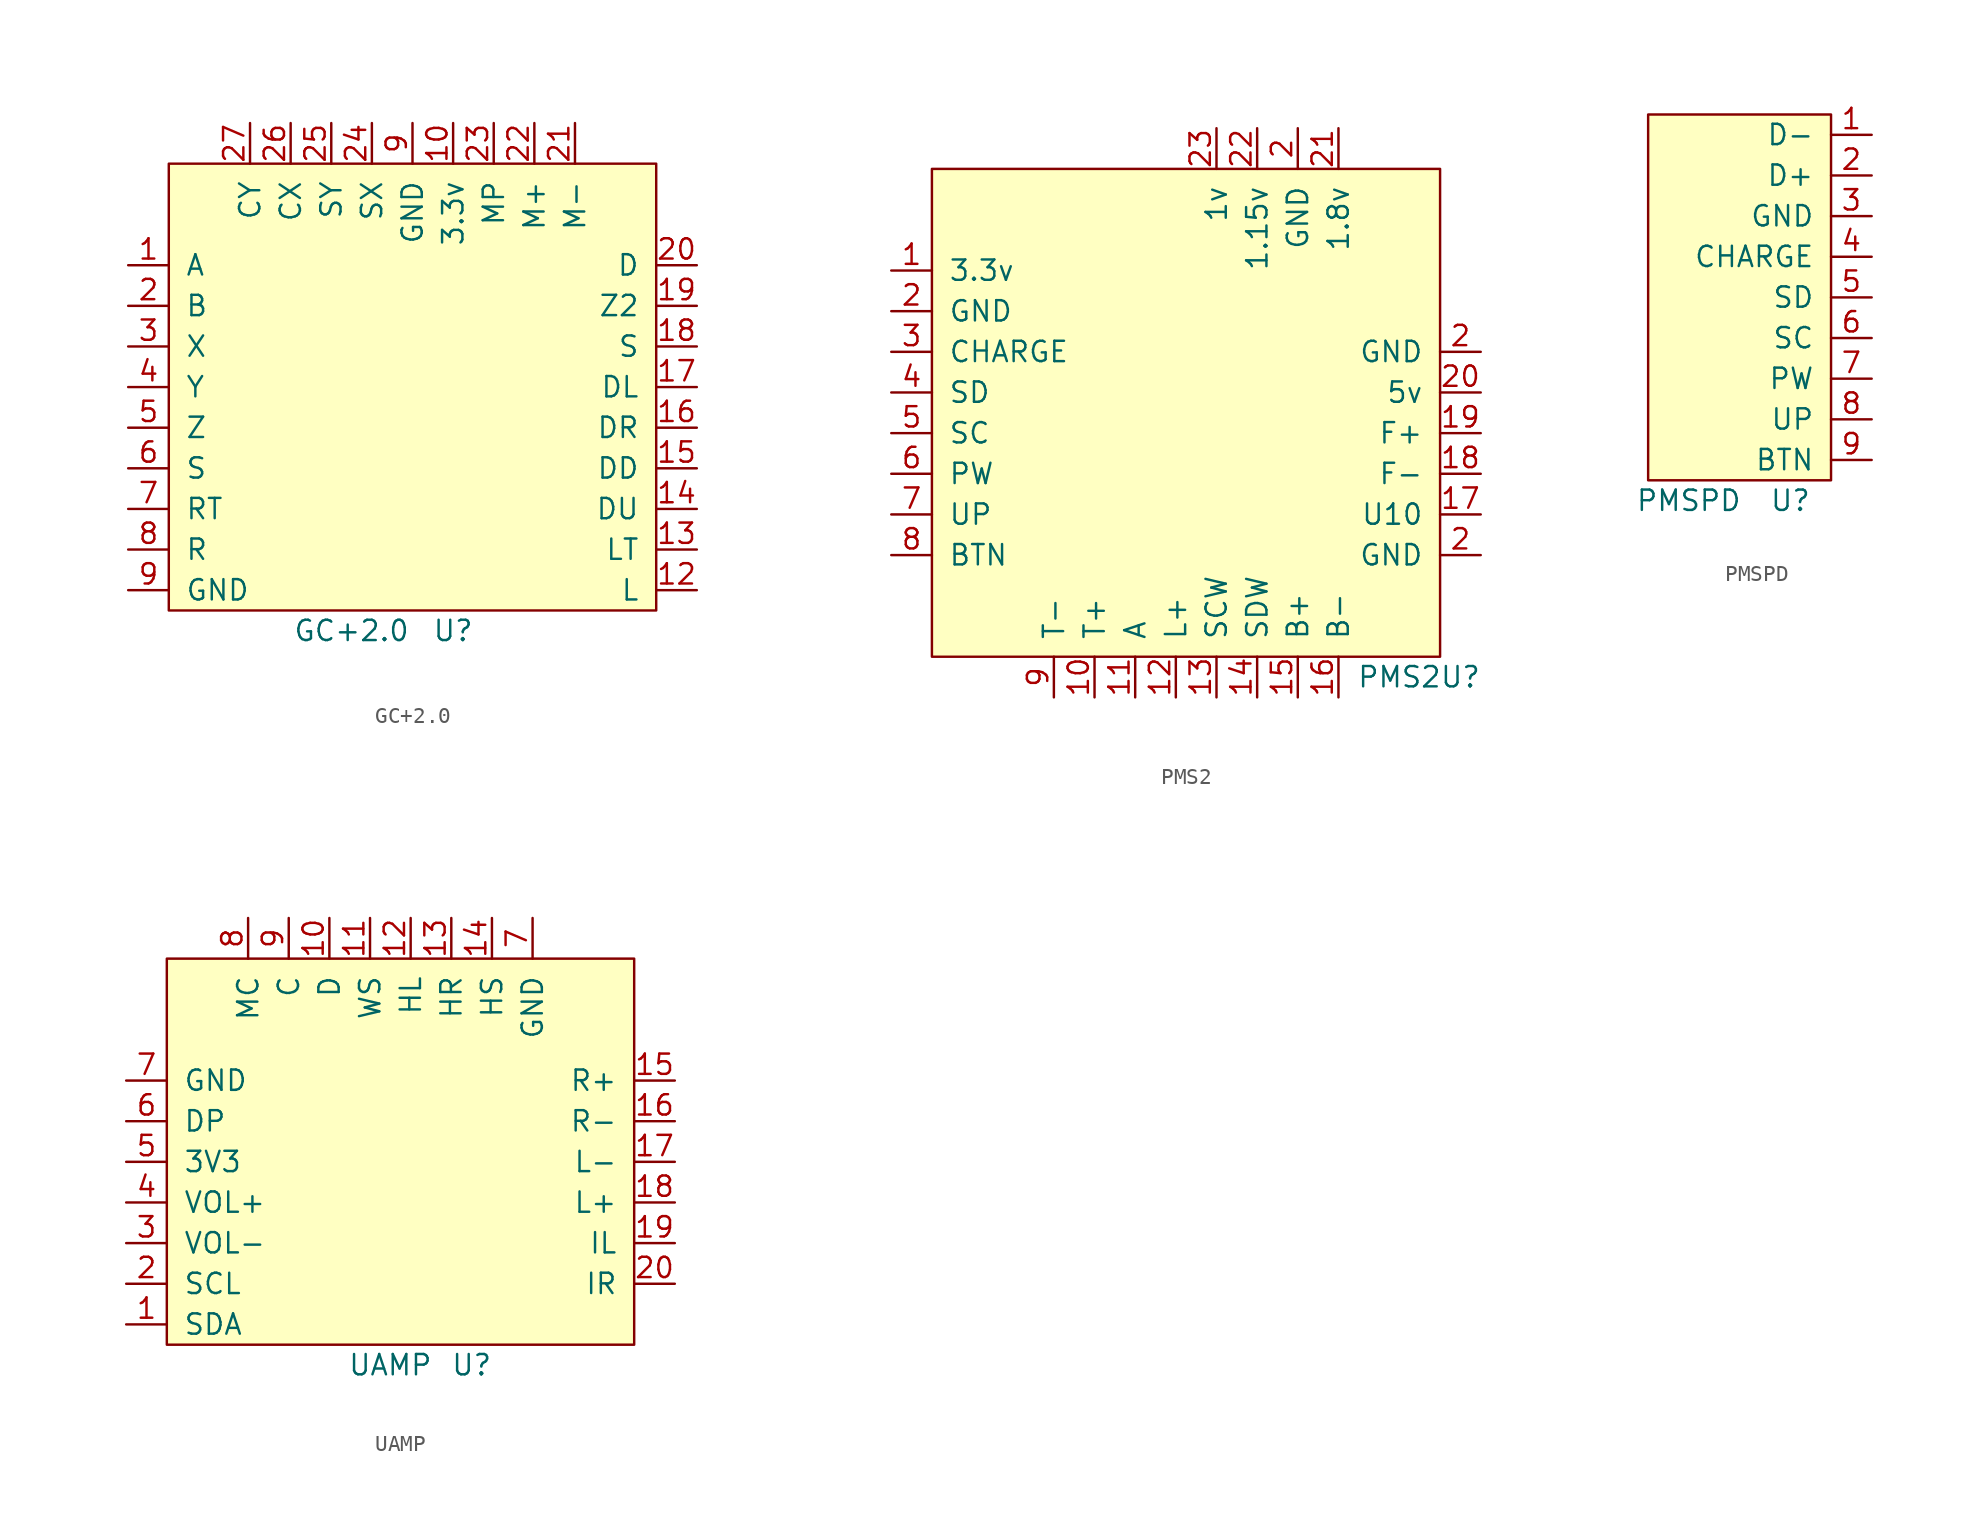
<source format=kicad_sym>
(kicad_symbol_lib
  (version 20231120)
  (generator "kicad_symbol_editor")
  (generator_version "8.0")
  (symbol "GC+2.0"
    (pin_names
      (offset 1.016))
    (property "Reference" "U"
      (at 13.97 -27.94 0)
      (effects (font (size 1.27 1.27))))
    (property "Value" "GC+2.0"
      (at 7.62 -27.94 0)
      (effects (font (size 1.27 1.27))))
    (symbol "GC+2.0_1_0"
      (rectangle (start -3.81 1.27) (end 26.67 -26.67) (stroke (width 0) (type solid)) (fill (type background))))
    (symbol "GC+2.0_1_1"
      (pin input line (at -6.35 -5.08 0) (length 2.54) (name "A" (effects (font (size 1.27 1.27)))) (number "1" (effects (font (size 1.27 1.27)))))
      (pin input line (at 13.97 3.81 270) (length 2.54) (name "3.3v" (effects (font (size 1.27 1.27)))) (number "10" (effects (font (size 1.27 1.27)))))
      (pin input line (at 29.21 -25.4 180) (length 2.54) (name "L" (effects (font (size 1.27 1.27)))) (number "12" (effects (font (size 1.27 1.27)))))
      (pin input line (at 29.21 -22.86 180) (length 2.54) (name "LT" (effects (font (size 1.27 1.27)))) (number "13" (effects (font (size 1.27 1.27)))))
      (pin input line (at 29.21 -20.32 180) (length 2.54) (name "DU" (effects (font (size 1.27 1.27)))) (number "14" (effects (font (size 1.27 1.27)))))
      (pin input line (at 29.21 -17.78 180) (length 2.54) (name "DD" (effects (font (size 1.27 1.27)))) (number "15" (effects (font (size 1.27 1.27)))))
      (pin input line (at 29.21 -15.24 180) (length 2.54) (name "DR" (effects (font (size 1.27 1.27)))) (number "16" (effects (font (size 1.27 1.27)))))
      (pin input line (at 29.21 -12.7 180) (length 2.54) (name "DL" (effects (font (size 1.27 1.27)))) (number "17" (effects (font (size 1.27 1.27)))))
      (pin input line (at 29.21 -10.16 180) (length 2.54) (name "S" (effects (font (size 1.27 1.27)))) (number "18" (effects (font (size 1.27 1.27)))))
      (pin input line (at 29.21 -7.62 180) (length 2.54) (name "Z2" (effects (font (size 1.27 1.27)))) (number "19" (effects (font (size 1.27 1.27)))))
      (pin input line (at -6.35 -7.62 0) (length 2.54) (name "B" (effects (font (size 1.27 1.27)))) (number "2" (effects (font (size 1.27 1.27)))))
      (pin input line (at 29.21 -5.08 180) (length 2.54) (name "D" (effects (font (size 1.27 1.27)))) (number "20" (effects (font (size 1.27 1.27)))))
      (pin input line (at 21.59 3.81 270) (length 2.54) (name "M-" (effects (font (size 1.27 1.27)))) (number "21" (effects (font (size 1.27 1.27)))))
      (pin input line (at 19.05 3.81 270) (length 2.54) (name "M+" (effects (font (size 1.27 1.27)))) (number "22" (effects (font (size 1.27 1.27)))))
      (pin input line (at 16.51 3.81 270) (length 2.54) (name "MP" (effects (font (size 1.27 1.27)))) (number "23" (effects (font (size 1.27 1.27)))))
      (pin input line (at 8.89 3.81 270) (length 2.54) (name "SX" (effects (font (size 1.27 1.27)))) (number "24" (effects (font (size 1.27 1.27)))))
      (pin input line (at 6.35 3.81 270) (length 2.54) (name "SY" (effects (font (size 1.27 1.27)))) (number "25" (effects (font (size 1.27 1.27)))))
      (pin input line (at 3.81 3.81 270) (length 2.54) (name "CX" (effects (font (size 1.27 1.27)))) (number "26" (effects (font (size 1.27 1.27)))))
      (pin input line (at 1.27 3.81 270) (length 2.54) (name "CY" (effects (font (size 1.27 1.27)))) (number "27" (effects (font (size 1.27 1.27)))))
      (pin input line (at -6.35 -10.16 0) (length 2.54) (name "X" (effects (font (size 1.27 1.27)))) (number "3" (effects (font (size 1.27 1.27)))))
      (pin input line (at -6.35 -12.7 0) (length 2.54) (name "Y" (effects (font (size 1.27 1.27)))) (number "4" (effects (font (size 1.27 1.27)))))
      (pin input line (at -6.35 -15.24 0) (length 2.54) (name "Z" (effects (font (size 1.27 1.27)))) (number "5" (effects (font (size 1.27 1.27)))))
      (pin input line (at -6.35 -17.78 0) (length 2.54) (name "S" (effects (font (size 1.27 1.27)))) (number "6" (effects (font (size 1.27 1.27)))))
      (pin input line (at -6.35 -20.32 0) (length 2.54) (name "RT" (effects (font (size 1.27 1.27)))) (number "7" (effects (font (size 1.27 1.27)))))
      (pin input line (at -6.35 -22.86 0) (length 2.54) (name "R" (effects (font (size 1.27 1.27)))) (number "8" (effects (font (size 1.27 1.27)))))
      (pin input line (at -6.35 -25.4 0) (length 2.54) (name "GND" (effects (font (size 1.27 1.27)))) (number "9" (effects (font (size 1.27 1.27)))))
      (pin input line (at 11.43 3.81 270) (length 2.54) (name "GND" (effects (font (size 1.27 1.27)))) (number "9" (effects (font (size 1.27 1.27)))))))
  (symbol "PMS2"
    (pin_names
      (offset 1.016))
    (property "Reference" "U"
      (at 29.21 -30.48 0)
      (effects (font (size 1.27 1.27))))
    (property "Value" "PMS2"
      (at 25.4 -30.48 0)
      (effects (font (size 1.27 1.27))))
    (symbol "PMS2_1_1"
      (rectangle (start -3.81 1.27) (end 27.94 -29.21) (stroke (width 0) (type solid)) (fill (type background)))
      (pin input line (at -6.35 -5.08 0) (length 2.54) (name "3.3v" (effects (font (size 1.27 1.27)))) (number "1" (effects (font (size 1.27 1.27)))))
      (pin input line (at 6.35 -31.75 90) (length 2.54) (name "T+" (effects (font (size 1.27 1.27)))) (number "10" (effects (font (size 1.27 1.27)))))
      (pin input line (at 8.89 -31.75 90) (length 2.54) (name "A" (effects (font (size 1.27 1.27)))) (number "11" (effects (font (size 1.27 1.27)))))
      (pin input line (at 11.43 -31.75 90) (length 2.54) (name "L+" (effects (font (size 1.27 1.27)))) (number "12" (effects (font (size 1.27 1.27)))))
      (pin input line (at 13.97 -31.75 90) (length 2.54) (name "SCW" (effects (font (size 1.27 1.27)))) (number "13" (effects (font (size 1.27 1.27)))))
      (pin input line (at 16.51 -31.75 90) (length 2.54) (name "SDW" (effects (font (size 1.27 1.27)))) (number "14" (effects (font (size 1.27 1.27)))))
      (pin input line (at 19.05 -31.75 90) (length 2.54) (name "B+" (effects (font (size 1.27 1.27)))) (number "15" (effects (font (size 1.27 1.27)))))
      (pin input line (at 21.59 -31.75 90) (length 2.54) (name "B-" (effects (font (size 1.27 1.27)))) (number "16" (effects (font (size 1.27 1.27)))))
      (pin input line (at 30.48 -20.32 180) (length 2.54) (name "U10" (effects (font (size 1.27 1.27)))) (number "17" (effects (font (size 1.27 1.27)))))
      (pin input line (at 30.48 -17.78 180) (length 2.54) (name "F-" (effects (font (size 1.27 1.27)))) (number "18" (effects (font (size 1.27 1.27)))))
      (pin input line (at 30.48 -15.24 180) (length 2.54) (name "F+" (effects (font (size 1.27 1.27)))) (number "19" (effects (font (size 1.27 1.27)))))
      (pin input line (at -6.35 -7.62 0) (length 2.54) (name "GND" (effects (font (size 1.27 1.27)))) (number "2" (effects (font (size 1.27 1.27)))))
      (pin input line (at 19.05 3.81 270) (length 2.54) (name "GND" (effects (font (size 1.27 1.27)))) (number "2" (effects (font (size 1.27 1.27)))))
      (pin input line (at 30.48 -22.86 180) (length 2.54) (name "GND" (effects (font (size 1.27 1.27)))) (number "2" (effects (font (size 1.27 1.27)))))
      (pin input line (at 30.48 -10.16 180) (length 2.54) (name "GND" (effects (font (size 1.27 1.27)))) (number "2" (effects (font (size 1.27 1.27)))))
      (pin input line (at 30.48 -12.7 180) (length 2.54) (name "5v" (effects (font (size 1.27 1.27)))) (number "20" (effects (font (size 1.27 1.27)))))
      (pin input line (at 21.59 3.81 270) (length 2.54) (name "1.8v" (effects (font (size 1.27 1.27)))) (number "21" (effects (font (size 1.27 1.27)))))
      (pin input line (at 16.51 3.81 270) (length 2.54) (name "1.15v" (effects (font (size 1.27 1.27)))) (number "22" (effects (font (size 1.27 1.27)))))
      (pin input line (at 13.97 3.81 270) (length 2.54) (name "1v" (effects (font (size 1.27 1.27)))) (number "23" (effects (font (size 1.27 1.27)))))
      (pin input line (at -6.35 -10.16 0) (length 2.54) (name "CHARGE" (effects (font (size 1.27 1.27)))) (number "3" (effects (font (size 1.27 1.27)))))
      (pin input line (at -6.35 -12.7 0) (length 2.54) (name "SD" (effects (font (size 1.27 1.27)))) (number "4" (effects (font (size 1.27 1.27)))))
      (pin input line (at -6.35 -15.24 0) (length 2.54) (name "SC" (effects (font (size 1.27 1.27)))) (number "5" (effects (font (size 1.27 1.27)))))
      (pin input line (at -6.35 -17.78 0) (length 2.54) (name "PW" (effects (font (size 1.27 1.27)))) (number "6" (effects (font (size 1.27 1.27)))))
      (pin input line (at -6.35 -20.32 0) (length 2.54) (name "UP" (effects (font (size 1.27 1.27)))) (number "7" (effects (font (size 1.27 1.27)))))
      (pin input line (at -6.35 -22.86 0) (length 2.54) (name "BTN" (effects (font (size 1.27 1.27)))) (number "8" (effects (font (size 1.27 1.27)))))
      (pin input line (at 3.81 -31.75 90) (length 2.54) (name "T-" (effects (font (size 1.27 1.27)))) (number "9" (effects (font (size 1.27 1.27)))))))
  (symbol "PMSPD"
    (pin_names
      (offset 1.016))
    (property "Reference" "U"
      (at 2.54 -12.7 0)
      (effects (font (size 1.27 1.27))))
    (property "Value" "PMSPD"
      (at -3.81 -12.7 0)
      (effects (font (size 1.27 1.27))))
    (symbol "PMSPD_1_1"
      (rectangle (start -6.35 11.43) (end 5.08 -11.43) (stroke (width 0) (type solid)) (fill (type background)))
      (pin input line (at 7.62 10.16 180) (length 2.54) (name "D-" (effects (font (size 1.27 1.27)))) (number "1" (effects (font (size 1.27 1.27)))))
      (pin input line (at 7.62 7.62 180) (length 2.54) (name "D+" (effects (font (size 1.27 1.27)))) (number "2" (effects (font (size 1.27 1.27)))))
      (pin input line (at 7.62 5.08 180) (length 2.54) (name "GND" (effects (font (size 1.27 1.27)))) (number "3" (effects (font (size 1.27 1.27)))))
      (pin input line (at 7.62 2.54 180) (length 2.54) (name "CHARGE" (effects (font (size 1.27 1.27)))) (number "4" (effects (font (size 1.27 1.27)))))
      (pin input line (at 7.62 0 180) (length 2.54) (name "SD" (effects (font (size 1.27 1.27)))) (number "5" (effects (font (size 1.27 1.27)))))
      (pin input line (at 7.62 -2.54 180) (length 2.54) (name "SC" (effects (font (size 1.27 1.27)))) (number "6" (effects (font (size 1.27 1.27)))))
      (pin input line (at 7.62 -5.08 180) (length 2.54) (name "PW" (effects (font (size 1.27 1.27)))) (number "7" (effects (font (size 1.27 1.27)))))
      (pin input line (at 7.62 -7.62 180) (length 2.54) (name "UP" (effects (font (size 1.27 1.27)))) (number "8" (effects (font (size 1.27 1.27)))))
      (pin input line (at 7.62 -10.16 180) (length 2.54) (name "BTN" (effects (font (size 1.27 1.27)))) (number "9" (effects (font (size 1.27 1.27)))))))
  (symbol "UAMP"
    (pin_names
      (offset 1.016))
    (property "Reference" "U"
      (at 5.08 -11.43 0)
      (effects (font (size 1.27 1.27))))
    (property "Value" "UAMP"
      (at 0 -11.43 0)
      (effects (font (size 1.27 1.27))))
    (symbol "UAMP_1_1"
      (rectangle (start -13.97 13.97) (end 15.24 -10.16) (stroke (width 0) (type solid)) (fill (type background)))
      (pin input line (at -16.51 -8.89 0) (length 2.54) (name "SDA" (effects (font (size 1.27 1.27)))) (number "1" (effects (font (size 1.27 1.27)))))
      (pin input line (at -3.81 16.51 270) (length 2.54) (name "D" (effects (font (size 1.27 1.27)))) (number "10" (effects (font (size 1.27 1.27)))))
      (pin input line (at -1.27 16.51 270) (length 2.54) (name "WS" (effects (font (size 1.27 1.27)))) (number "11" (effects (font (size 1.27 1.27)))))
      (pin input line (at 1.27 16.51 270) (length 2.54) (name "HL" (effects (font (size 1.27 1.27)))) (number "12" (effects (font (size 1.27 1.27)))))
      (pin input line (at 3.81 16.51 270) (length 2.54) (name "HR" (effects (font (size 1.27 1.27)))) (number "13" (effects (font (size 1.27 1.27)))))
      (pin input line (at 6.35 16.51 270) (length 2.54) (name "HS" (effects (font (size 1.27 1.27)))) (number "14" (effects (font (size 1.27 1.27)))))
      (pin input line (at 17.78 6.35 180) (length 2.54) (name "R+" (effects (font (size 1.27 1.27)))) (number "15" (effects (font (size 1.27 1.27)))))
      (pin input line (at 17.78 3.81 180) (length 2.54) (name "R-" (effects (font (size 1.27 1.27)))) (number "16" (effects (font (size 1.27 1.27)))))
      (pin input line (at 17.78 1.27 180) (length 2.54) (name "L-" (effects (font (size 1.27 1.27)))) (number "17" (effects (font (size 1.27 1.27)))))
      (pin input line (at 17.78 -1.27 180) (length 2.54) (name "L+" (effects (font (size 1.27 1.27)))) (number "18" (effects (font (size 1.27 1.27)))))
      (pin input line (at 17.78 -3.81 180) (length 2.54) (name "IL" (effects (font (size 1.27 1.27)))) (number "19" (effects (font (size 1.27 1.27)))))
      (pin input line (at -16.51 -6.35 0) (length 2.54) (name "SCL" (effects (font (size 1.27 1.27)))) (number "2" (effects (font (size 1.27 1.27)))))
      (pin input line (at 17.78 -6.35 180) (length 2.54) (name "IR" (effects (font (size 1.27 1.27)))) (number "20" (effects (font (size 1.27 1.27)))))
      (pin input line (at -16.51 -3.81 0) (length 2.54) (name "VOL-" (effects (font (size 1.27 1.27)))) (number "3" (effects (font (size 1.27 1.27)))))
      (pin input line (at -16.51 -1.27 0) (length 2.54) (name "VOL+" (effects (font (size 1.27 1.27)))) (number "4" (effects (font (size 1.27 1.27)))))
      (pin input line (at -16.51 1.27 0) (length 2.54) (name "3V3" (effects (font (size 1.27 1.27)))) (number "5" (effects (font (size 1.27 1.27)))))
      (pin input line (at -16.51 3.81 0) (length 2.54) (name "DP" (effects (font (size 1.27 1.27)))) (number "6" (effects (font (size 1.27 1.27)))))
      (pin input line (at -16.51 6.35 0) (length 2.54) (name "GND" (effects (font (size 1.27 1.27)))) (number "7" (effects (font (size 1.27 1.27)))))
      (pin input line (at 8.89 16.51 270) (length 2.54) (name "GND" (effects (font (size 1.27 1.27)))) (number "7" (effects (font (size 1.27 1.27)))))
      (pin input line (at -8.89 16.51 270) (length 2.54) (name "MC" (effects (font (size 1.27 1.27)))) (number "8" (effects (font (size 1.27 1.27)))))
      (pin input line (at -6.35 16.51 270) (length 2.54) (name "C" (effects (font (size 1.27 1.27)))) (number "9" (effects (font (size 1.27 1.27))))))))
</source>
